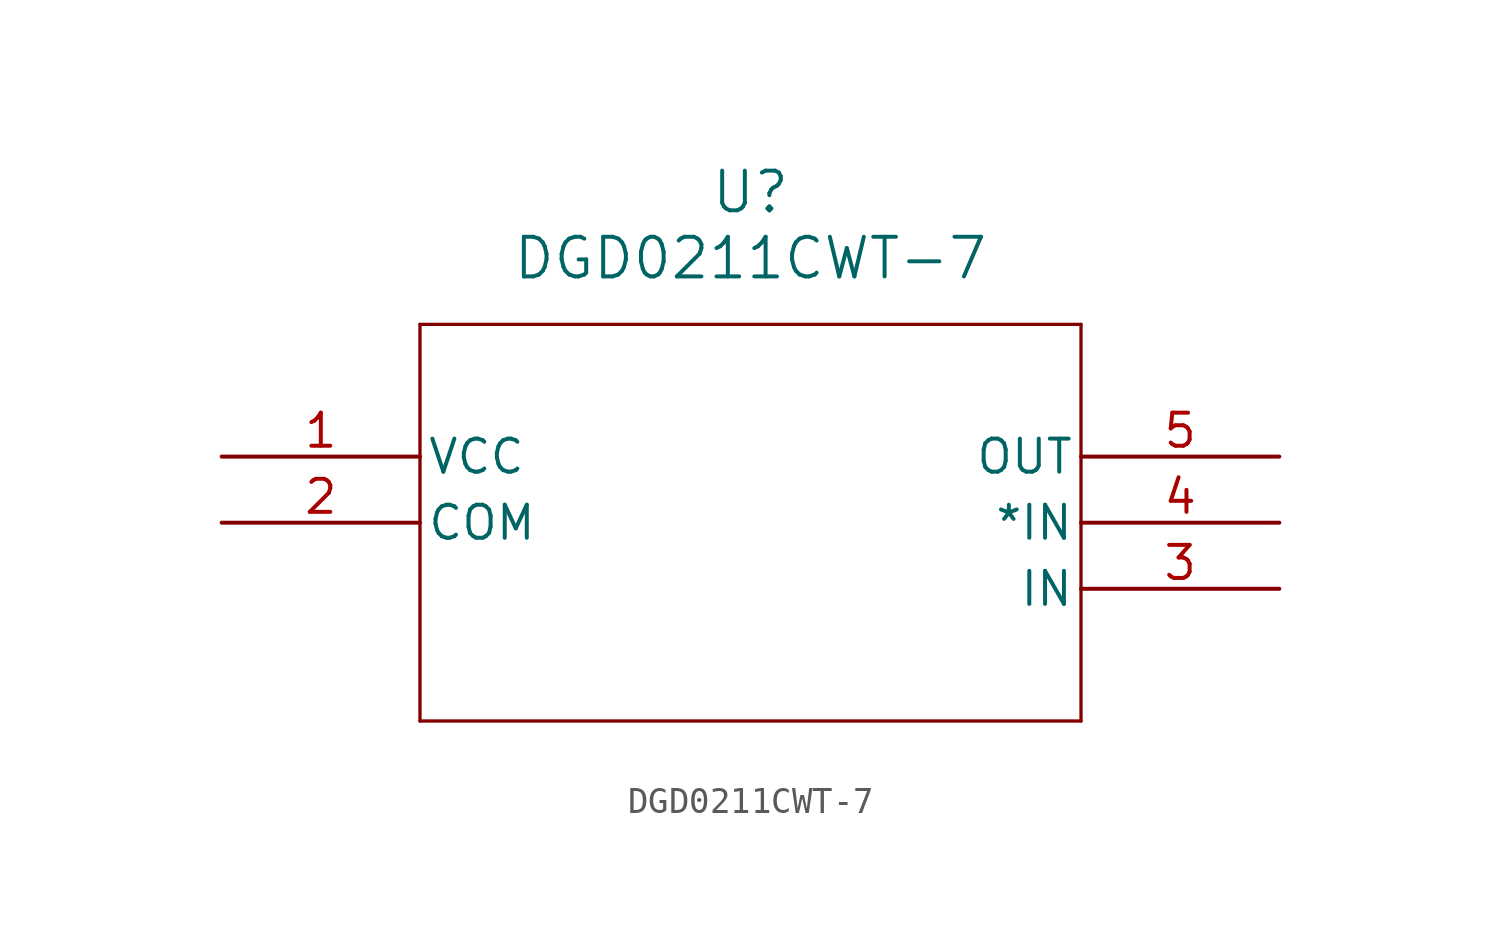
<source format=kicad_sym>
(kicad_symbol_lib
  (version 20211014)
  (generator kicad_symbol_editor)
  (symbol "DGD0211CWT-7"
    (pin_names
      (offset 0.254))
    (property "Reference" "U"
      (at 20.32 10.16 0)
      (effects (font (size 1.524 1.524))))
    (property "Value" "DGD0211CWT-7"
      (at 20.32 7.62 0)
      (effects (font (size 1.524 1.524))))
    (symbol "DGD0211CWT-7_0_1"
      (polyline (pts (xy 7.62 5.08) (xy 7.62 -10.16)) (stroke (width 0.127) (type default) (color 0 0 0 0)) (fill (type none)))
      (polyline (pts (xy 7.62 -10.16) (xy 33.02 -10.16)) (stroke (width 0.127) (type default) (color 0 0 0 0)) (fill (type none)))
      (polyline (pts (xy 33.02 -10.16) (xy 33.02 5.08)) (stroke (width 0.127) (type default) (color 0 0 0 0)) (fill (type none)))
      (polyline (pts (xy 33.02 5.08) (xy 7.62 5.08)) (stroke (width 0.127) (type default) (color 0 0 0 0)) (fill (type none)))
      (pin power_in line (at 0 0 0) (length 7.62) (name "VCC" (effects (font (size 1.27 1.27)))) (number "1" (effects (font (size 1.27 1.27)))))
      (pin unspecified line (at 0 -2.54 0) (length 7.62) (name "COM" (effects (font (size 1.27 1.27)))) (number "2" (effects (font (size 1.27 1.27)))))
      (pin input line (at 40.64 -5.08 180) (length 7.62) (name "IN" (effects (font (size 1.27 1.27)))) (number "3" (effects (font (size 1.27 1.27)))))
      (pin unspecified line (at 40.64 -2.54 180) (length 7.62) (name "*IN" (effects (font (size 1.27 1.27)))) (number "4" (effects (font (size 1.27 1.27)))))
      (pin output line (at 40.64 0 180) (length 7.62) (name "OUT" (effects (font (size 1.27 1.27)))) (number "5" (effects (font (size 1.27 1.27))))))))
</source>
